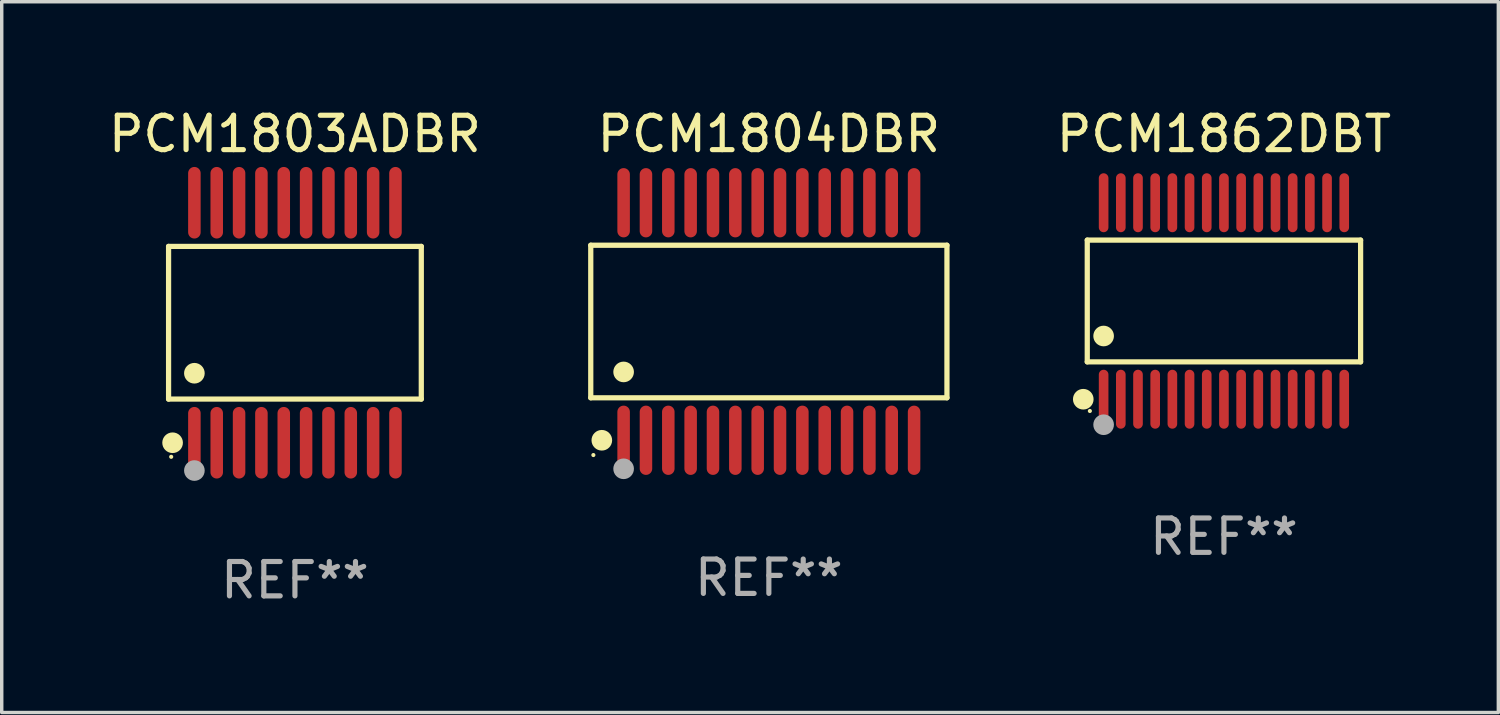
<source format=kicad_pcb>
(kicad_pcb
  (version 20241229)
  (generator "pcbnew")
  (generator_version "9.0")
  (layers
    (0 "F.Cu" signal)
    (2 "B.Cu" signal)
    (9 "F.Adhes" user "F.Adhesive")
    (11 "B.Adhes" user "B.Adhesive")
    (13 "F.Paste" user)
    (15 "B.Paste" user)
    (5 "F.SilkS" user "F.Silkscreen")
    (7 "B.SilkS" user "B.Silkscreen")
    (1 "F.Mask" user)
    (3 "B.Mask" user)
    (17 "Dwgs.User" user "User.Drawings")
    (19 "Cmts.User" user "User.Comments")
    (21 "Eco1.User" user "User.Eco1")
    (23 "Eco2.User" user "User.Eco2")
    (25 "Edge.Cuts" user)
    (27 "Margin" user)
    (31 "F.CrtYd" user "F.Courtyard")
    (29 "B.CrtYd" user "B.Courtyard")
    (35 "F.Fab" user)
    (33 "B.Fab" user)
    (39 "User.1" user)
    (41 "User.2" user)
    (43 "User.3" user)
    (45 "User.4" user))
  (footprint "PCM1862DBT"
    (layer "F.Cu")
    (at 32.556 5.706)
    (property "Reference" "PCM1862DBT" (at 0 -4.858 0) (layer "F.SilkS") (effects (font (size 1 1) (thickness 0.15))))
    (attr through_hole)
    (fp_line (start -3.976 -1.771) (end 3.976 -1.771) (stroke (width 0.152) (type solid)) (layer "F.SilkS"))
    (fp_line (start -3.976 1.771) (end -3.976 -1.771) (stroke (width 0.152) (type solid)) (layer "F.SilkS"))
    (fp_line (start 3.976 -1.771) (end 3.976 1.771) (stroke (width 0.152) (type solid)) (layer "F.SilkS"))
    (fp_line (start 3.976 1.771) (end -3.976 1.771) (stroke (width 0.152) (type solid)) (layer "F.SilkS"))
    (fp_circle (center -4.092 2.858) (end -3.942 2.858) (stroke (width 0.3) (type solid)) (fill no) (layer "F.SilkS"))
    (fp_circle (center -3.9 3.2) (end -3.87 3.2) (stroke (width 0.06) (type solid)) (fill no) (layer "F.SilkS"))
    (fp_circle (center -3.5 1.019) (end -3.35 1.019) (stroke (width 0.3) (type solid)) (fill no) (layer "F.SilkS"))
    (fp_circle (center -3.5 3.6) (end -3.35 3.6) (stroke (width 0.3) (type solid)) (fill no) (layer "F.Fab"))
    (fp_text user "REF**" (at 0 6.858 0) (layer "F.Fab") (effects (font (size 1 1) (thickness 0.15))))
    (pad "1" smd oval (at -3.5 2.858) (size 0.28 1.715) (layers "F.Cu" "F.Mask" "F.Paste"))
    (pad "2" smd oval (at -3 2.858) (size 0.28 1.715) (layers "F.Cu" "F.Mask" "F.Paste"))
    (pad "3" smd oval (at -2.5 2.858) (size 0.28 1.715) (layers "F.Cu" "F.Mask" "F.Paste"))
    (pad "4" smd oval (at -2 2.858) (size 0.28 1.715) (layers "F.Cu" "F.Mask" "F.Paste"))
    (pad "5" smd oval (at -1.5 2.858) (size 0.28 1.715) (layers "F.Cu" "F.Mask" "F.Paste"))
    (pad "6" smd oval (at -1 2.858) (size 0.28 1.715) (layers "F.Cu" "F.Mask" "F.Paste"))
    (pad "7" smd oval (at -0.5 2.858) (size 0.28 1.715) (layers "F.Cu" "F.Mask" "F.Paste"))
    (pad "8" smd oval (at 0 2.858) (size 0.28 1.715) (layers "F.Cu" "F.Mask" "F.Paste"))
    (pad "9" smd oval (at 0.5 2.858) (size 0.28 1.715) (layers "F.Cu" "F.Mask" "F.Paste"))
    (pad "10" smd oval (at 1 2.858) (size 0.28 1.715) (layers "F.Cu" "F.Mask" "F.Paste"))
    (pad "11" smd oval (at 1.5 2.858) (size 0.28 1.715) (layers "F.Cu" "F.Mask" "F.Paste"))
    (pad "12" smd oval (at 2 2.858) (size 0.28 1.715) (layers "F.Cu" "F.Mask" "F.Paste"))
    (pad "13" smd oval (at 2.5 2.858) (size 0.28 1.715) (layers "F.Cu" "F.Mask" "F.Paste"))
    (pad "14" smd oval (at 3 2.858) (size 0.28 1.715) (layers "F.Cu" "F.Mask" "F.Paste"))
    (pad "15" smd oval (at 3.5 2.858) (size 0.28 1.715) (layers "F.Cu" "F.Mask" "F.Paste"))
    (pad "16" smd oval (at 3.5 -2.858) (size 0.28 1.715) (layers "F.Cu" "F.Mask" "F.Paste"))
    (pad "17" smd oval (at 3 -2.858) (size 0.28 1.715) (layers "F.Cu" "F.Mask" "F.Paste"))
    (pad "18" smd oval (at 2.5 -2.858) (size 0.28 1.715) (layers "F.Cu" "F.Mask" "F.Paste"))
    (pad "19" smd oval (at 2 -2.858) (size 0.28 1.715) (layers "F.Cu" "F.Mask" "F.Paste"))
    (pad "20" smd oval (at 1.5 -2.858) (size 0.28 1.715) (layers "F.Cu" "F.Mask" "F.Paste"))
    (pad "21" smd oval (at 1 -2.858) (size 0.28 1.715) (layers "F.Cu" "F.Mask" "F.Paste"))
    (pad "22" smd oval (at 0.5 -2.858) (size 0.28 1.715) (layers "F.Cu" "F.Mask" "F.Paste"))
    (pad "23" smd oval (at 0 -2.858) (size 0.28 1.715) (layers "F.Cu" "F.Mask" "F.Paste"))
    (pad "24" smd oval (at -0.5 -2.858) (size 0.28 1.715) (layers "F.Cu" "F.Mask" "F.Paste"))
    (pad "25" smd oval (at -1 -2.858) (size 0.28 1.715) (layers "F.Cu" "F.Mask" "F.Paste"))
    (pad "26" smd oval (at -1.5 -2.858) (size 0.28 1.715) (layers "F.Cu" "F.Mask" "F.Paste"))
    (pad "27" smd oval (at -2 -2.858) (size 0.28 1.715) (layers "F.Cu" "F.Mask" "F.Paste"))
    (pad "28" smd oval (at -2.5 -2.858) (size 0.28 1.715) (layers "F.Cu" "F.Mask" "F.Paste"))
    (pad "29" smd oval (at -3 -2.858) (size 0.28 1.715) (layers "F.Cu" "F.Mask" "F.Paste"))
    (pad "30" smd oval (at -3.5 -2.858) (size 0.28 1.715) (layers "F.Cu" "F.Mask" "F.Paste")))
  (footprint "PCM1804DBR"
    (layer "F.Cu")
    (at 19.317 6.303)
    (property "Reference" "PCM1804DBR" (at 0 -5.455 0) (layer "F.SilkS") (effects (font (size 1 1) (thickness 0.15))))
    (attr through_hole)
    (fp_line (start -5.181 -2.219) (end 5.181 -2.219) (stroke (width 0.152) (type solid)) (layer "F.SilkS"))
    (fp_line (start -5.181 2.219) (end -5.181 -2.219) (stroke (width 0.152) (type solid)) (layer "F.SilkS"))
    (fp_line (start 5.181 -2.219) (end 5.181 2.219) (stroke (width 0.152) (type solid)) (layer "F.SilkS"))
    (fp_line (start 5.181 2.219) (end -5.181 2.219) (stroke (width 0.152) (type solid)) (layer "F.SilkS"))
    (fp_circle (center -5.105 3.885) (end -5.075 3.885) (stroke (width 0.06) (type solid)) (fill no) (layer "F.SilkS"))
    (fp_circle (center -4.859 3.455) (end -4.709 3.455) (stroke (width 0.3) (type solid)) (fill no) (layer "F.SilkS"))
    (fp_circle (center -4.225 1.467) (end -4.075 1.467) (stroke (width 0.3) (type solid)) (fill no) (layer "F.SilkS"))
    (fp_circle (center -4.225 4.285) (end -4.075 4.285) (stroke (width 0.3) (type solid)) (fill no) (layer "F.Fab"))
    (fp_text user "REF**" (at 0 7.455 0) (layer "F.Fab") (effects (font (size 1 1) (thickness 0.15))))
    (pad "1" smd oval (at -4.225 3.455) (size 0.364 2.015) (layers "F.Cu" "F.Mask" "F.Paste"))
    (pad "2" smd oval (at -3.575 3.455) (size 0.364 2.015) (layers "F.Cu" "F.Mask" "F.Paste"))
    (pad "3" smd oval (at -2.925 3.455) (size 0.364 2.015) (layers "F.Cu" "F.Mask" "F.Paste"))
    (pad "4" smd oval (at -2.275 3.455) (size 0.364 2.015) (layers "F.Cu" "F.Mask" "F.Paste"))
    (pad "5" smd oval (at -1.625 3.455) (size 0.364 2.015) (layers "F.Cu" "F.Mask" "F.Paste"))
    (pad "6" smd oval (at -0.975 3.455) (size 0.364 2.015) (layers "F.Cu" "F.Mask" "F.Paste"))
    (pad "7" smd oval (at -0.325 3.455) (size 0.364 2.015) (layers "F.Cu" "F.Mask" "F.Paste"))
    (pad "8" smd oval (at 0.325 3.455) (size 0.364 2.015) (layers "F.Cu" "F.Mask" "F.Paste"))
    (pad "9" smd oval (at 0.975 3.455) (size 0.364 2.015) (layers "F.Cu" "F.Mask" "F.Paste"))
    (pad "10" smd oval (at 1.625 3.455) (size 0.364 2.015) (layers "F.Cu" "F.Mask" "F.Paste"))
    (pad "11" smd oval (at 2.275 3.455) (size 0.364 2.015) (layers "F.Cu" "F.Mask" "F.Paste"))
    (pad "12" smd oval (at 2.925 3.455) (size 0.364 2.015) (layers "F.Cu" "F.Mask" "F.Paste"))
    (pad "13" smd oval (at 3.575 3.455) (size 0.364 2.015) (layers "F.Cu" "F.Mask" "F.Paste"))
    (pad "14" smd oval (at 4.225 3.455) (size 0.364 2.015) (layers "F.Cu" "F.Mask" "F.Paste"))
    (pad "15" smd oval (at 4.225 -3.455) (size 0.364 2.015) (layers "F.Cu" "F.Mask" "F.Paste"))
    (pad "16" smd oval (at 3.575 -3.455) (size 0.364 2.015) (layers "F.Cu" "F.Mask" "F.Paste"))
    (pad "17" smd oval (at 2.925 -3.455) (size 0.364 2.015) (layers "F.Cu" "F.Mask" "F.Paste"))
    (pad "18" smd oval (at 2.275 -3.455) (size 0.364 2.015) (layers "F.Cu" "F.Mask" "F.Paste"))
    (pad "19" smd oval (at 1.625 -3.455) (size 0.364 2.015) (layers "F.Cu" "F.Mask" "F.Paste"))
    (pad "20" smd oval (at 0.975 -3.455) (size 0.364 2.015) (layers "F.Cu" "F.Mask" "F.Paste"))
    (pad "21" smd oval (at 0.325 -3.455) (size 0.364 2.015) (layers "F.Cu" "F.Mask" "F.Paste"))
    (pad "22" smd oval (at -0.325 -3.455) (size 0.364 2.015) (layers "F.Cu" "F.Mask" "F.Paste"))
    (pad "23" smd oval (at -0.975 -3.455) (size 0.364 2.015) (layers "F.Cu" "F.Mask" "F.Paste"))
    (pad "24" smd oval (at -1.625 -3.455) (size 0.364 2.015) (layers "F.Cu" "F.Mask" "F.Paste"))
    (pad "25" smd oval (at -2.275 -3.455) (size 0.364 2.015) (layers "F.Cu" "F.Mask" "F.Paste"))
    (pad "26" smd oval (at -2.925 -3.455) (size 0.364 2.015) (layers "F.Cu" "F.Mask" "F.Paste"))
    (pad "27" smd oval (at -3.575 -3.455) (size 0.364 2.015) (layers "F.Cu" "F.Mask" "F.Paste"))
    (pad "28" smd oval (at -4.225 -3.455) (size 0.364 2.015) (layers "F.Cu" "F.Mask" "F.Paste")))
  (footprint "PCM1803ADBR"
    (layer "F.Cu")
    (at 5.53 6.339)
    (property "Reference" "PCM1803ADBR" (at 0 -5.491 0) (layer "F.SilkS") (effects (font (size 1 1) (thickness 0.15))))
    (attr through_hole)
    (fp_line (start -3.676 -2.221) (end 3.676 -2.221) (stroke (width 0.152) (type solid)) (layer "F.SilkS"))
    (fp_line (start -3.676 2.221) (end -3.676 -2.221) (stroke (width 0.152) (type solid)) (layer "F.SilkS"))
    (fp_line (start 3.676 -2.221) (end 3.676 2.221) (stroke (width 0.152) (type solid)) (layer "F.SilkS"))
    (fp_line (start 3.676 2.221) (end -3.676 2.221) (stroke (width 0.152) (type solid)) (layer "F.SilkS"))
    (fp_circle (center -3.6 3.9) (end -3.57 3.9) (stroke (width 0.06) (type solid)) (fill no) (layer "F.SilkS"))
    (fp_circle (center -3.559 3.491) (end -3.409 3.491) (stroke (width 0.3) (type solid)) (fill no) (layer "F.SilkS"))
    (fp_circle (center -2.925 1.469) (end -2.775 1.469) (stroke (width 0.3) (type solid)) (fill no) (layer "F.SilkS"))
    (fp_circle (center -2.925 4.3) (end -2.775 4.3) (stroke (width 0.3) (type solid)) (fill no) (layer "F.Fab"))
    (fp_text user "REF**" (at 0 7.491 0) (layer "F.Fab") (effects (font (size 1 1) (thickness 0.15))))
    (pad "1" smd oval (at -2.925 3.491) (size 0.364 2.082) (layers "F.Cu" "F.Mask" "F.Paste"))
    (pad "2" smd oval (at -2.275 3.491) (size 0.364 2.082) (layers "F.Cu" "F.Mask" "F.Paste"))
    (pad "3" smd oval (at -1.625 3.491) (size 0.364 2.082) (layers "F.Cu" "F.Mask" "F.Paste"))
    (pad "4" smd oval (at -0.975 3.491) (size 0.364 2.082) (layers "F.Cu" "F.Mask" "F.Paste"))
    (pad "5" smd oval (at -0.325 3.491) (size 0.364 2.082) (layers "F.Cu" "F.Mask" "F.Paste"))
    (pad "6" smd oval (at 0.325 3.491) (size 0.364 2.082) (layers "F.Cu" "F.Mask" "F.Paste"))
    (pad "7" smd oval (at 0.975 3.491) (size 0.364 2.082) (layers "F.Cu" "F.Mask" "F.Paste"))
    (pad "8" smd oval (at 1.625 3.491) (size 0.364 2.082) (layers "F.Cu" "F.Mask" "F.Paste"))
    (pad "9" smd oval (at 2.275 3.491) (size 0.364 2.082) (layers "F.Cu" "F.Mask" "F.Paste"))
    (pad "10" smd oval (at 2.925 3.491) (size 0.364 2.082) (layers "F.Cu" "F.Mask" "F.Paste"))
    (pad "11" smd oval (at 2.925 -3.491) (size 0.364 2.082) (layers "F.Cu" "F.Mask" "F.Paste"))
    (pad "12" smd oval (at 2.275 -3.491) (size 0.364 2.082) (layers "F.Cu" "F.Mask" "F.Paste"))
    (pad "13" smd oval (at 1.625 -3.491) (size 0.364 2.082) (layers "F.Cu" "F.Mask" "F.Paste"))
    (pad "14" smd oval (at 0.975 -3.491) (size 0.364 2.082) (layers "F.Cu" "F.Mask" "F.Paste"))
    (pad "15" smd oval (at 0.325 -3.491) (size 0.364 2.082) (layers "F.Cu" "F.Mask" "F.Paste"))
    (pad "16" smd oval (at -0.325 -3.491) (size 0.364 2.082) (layers "F.Cu" "F.Mask" "F.Paste"))
    (pad "17" smd oval (at -0.975 -3.491) (size 0.364 2.082) (layers "F.Cu" "F.Mask" "F.Paste"))
    (pad "18" smd oval (at -1.625 -3.491) (size 0.364 2.082) (layers "F.Cu" "F.Mask" "F.Paste"))
    (pad "19" smd oval (at -2.275 -3.491) (size 0.364 2.082) (layers "F.Cu" "F.Mask" "F.Paste"))
    (pad "20" smd oval (at -2.925 -3.491) (size 0.364 2.082) (layers "F.Cu" "F.Mask" "F.Paste")))
  (gr_rect
    (start -3 -3)
    (end 40.539 17.678)
    (stroke (width 0.1) (type default))
    (fill no)
    (layer "Edge.Cuts")))
</source>
